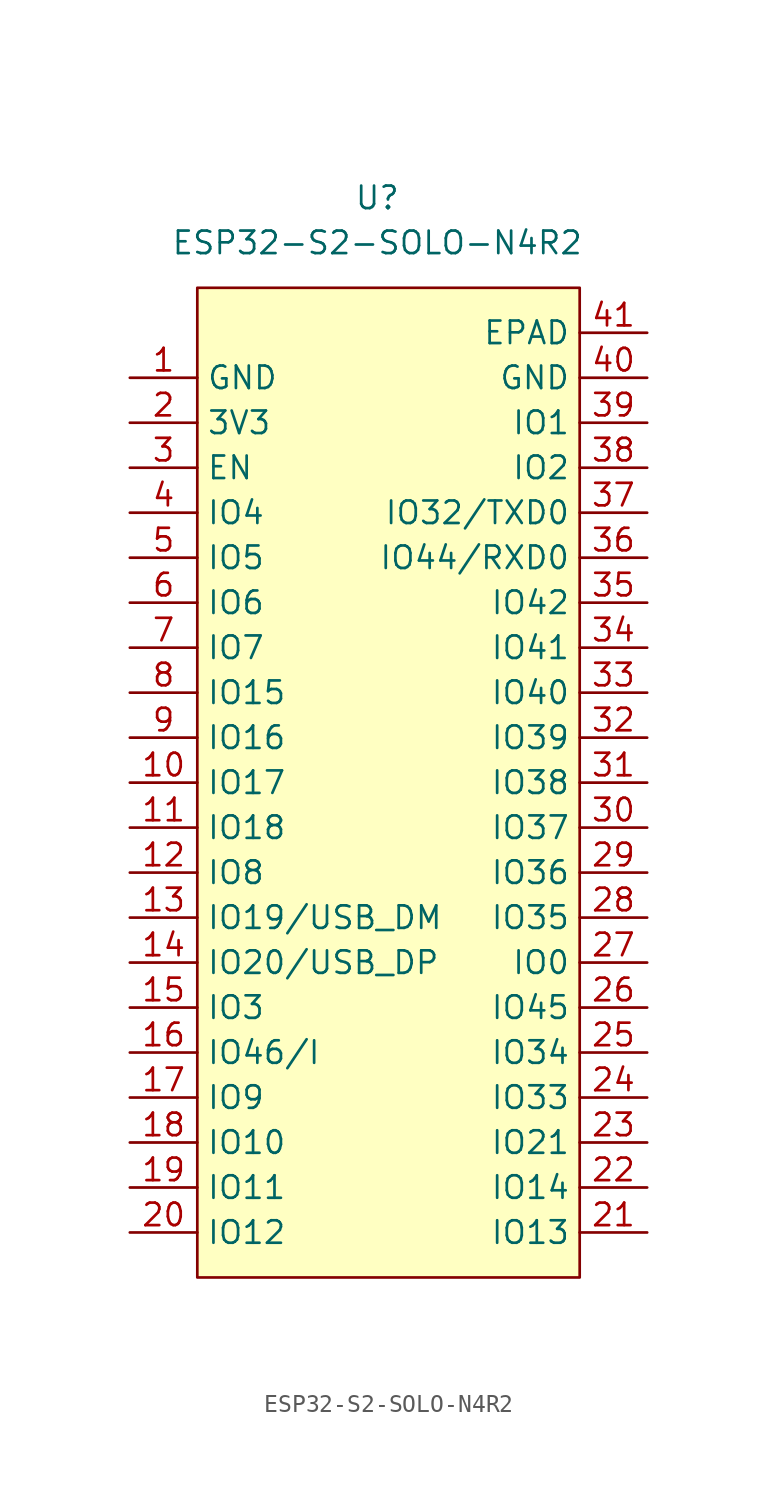
<source format=kicad_sym>
(kicad_symbol_lib
  (version 20211014)
  (generator kicad_symbol_editor)
  (symbol "ESP32-S2-SOLO-N4R2"
    (property "Reference" "U"
      (at 0 5.08 0)
      (effects (font (size 1.27 1.27))))
    (property "Value" "ESP32-S2-SOLO-N4R2"
      (at 0 2.54 0)
      (effects (font (size 1.27 1.27))))
    (symbol "ESP32-S2-SOLO-N4R2_0_1"
      (rectangle (start -10.16 0) (end 11.43 -55.88) (stroke (width 0) (type default) (color 0 0 0 0)) (fill (type background))))
    (symbol "ESP32-S2-SOLO-N4R2_1_1"
      (pin power_in line (at -13.97 -5.08 0) (length 3.81) (name "GND" (effects (font (size 1.27 1.27)))) (number "1" (effects (font (size 1.27 1.27)))))
      (pin bidirectional line (at -13.97 -27.94 0) (length 3.81) (name "IO17" (effects (font (size 1.27 1.27)))) (number "10" (effects (font (size 1.27 1.27)))))
      (pin bidirectional line (at -13.97 -30.48 0) (length 3.81) (name "IO18" (effects (font (size 1.27 1.27)))) (number "11" (effects (font (size 1.27 1.27)))))
      (pin bidirectional line (at -13.97 -33.02 0) (length 3.81) (name "IO8" (effects (font (size 1.27 1.27)))) (number "12" (effects (font (size 1.27 1.27)))))
      (pin bidirectional line (at -13.97 -35.56 0) (length 3.81) (name "IO19/USB_DM" (effects (font (size 1.27 1.27)))) (number "13" (effects (font (size 1.27 1.27)))))
      (pin bidirectional line (at -13.97 -38.1 0) (length 3.81) (name "IO20/USB_DP" (effects (font (size 1.27 1.27)))) (number "14" (effects (font (size 1.27 1.27)))))
      (pin bidirectional line (at -13.97 -40.64 0) (length 3.81) (name "IO3" (effects (font (size 1.27 1.27)))) (number "15" (effects (font (size 1.27 1.27)))))
      (pin input line (at -13.97 -43.18 0) (length 3.81) (name "IO46/I" (effects (font (size 1.27 1.27)))) (number "16" (effects (font (size 1.27 1.27)))))
      (pin bidirectional line (at -13.97 -45.72 0) (length 3.81) (name "IO9" (effects (font (size 1.27 1.27)))) (number "17" (effects (font (size 1.27 1.27)))))
      (pin bidirectional line (at -13.97 -48.26 0) (length 3.81) (name "IO10" (effects (font (size 1.27 1.27)))) (number "18" (effects (font (size 1.27 1.27)))))
      (pin bidirectional line (at -13.97 -50.8 0) (length 3.81) (name "IO11" (effects (font (size 1.27 1.27)))) (number "19" (effects (font (size 1.27 1.27)))))
      (pin power_in line (at -13.97 -7.62 0) (length 3.81) (name "3V3" (effects (font (size 1.27 1.27)))) (number "2" (effects (font (size 1.27 1.27)))))
      (pin bidirectional line (at -13.97 -53.34 0) (length 3.81) (name "IO12" (effects (font (size 1.27 1.27)))) (number "20" (effects (font (size 1.27 1.27)))))
      (pin bidirectional line (at 15.24 -53.34 180) (length 3.81) (name "IO13" (effects (font (size 1.27 1.27)))) (number "21" (effects (font (size 1.27 1.27)))))
      (pin bidirectional line (at 15.24 -50.8 180) (length 3.81) (name "IO14" (effects (font (size 1.27 1.27)))) (number "22" (effects (font (size 1.27 1.27)))))
      (pin bidirectional line (at 15.24 -48.26 180) (length 3.81) (name "IO21" (effects (font (size 1.27 1.27)))) (number "23" (effects (font (size 1.27 1.27)))))
      (pin bidirectional line (at 15.24 -45.72 180) (length 3.81) (name "IO33" (effects (font (size 1.27 1.27)))) (number "24" (effects (font (size 1.27 1.27)))))
      (pin bidirectional line (at 15.24 -43.18 180) (length 3.81) (name "IO34" (effects (font (size 1.27 1.27)))) (number "25" (effects (font (size 1.27 1.27)))))
      (pin bidirectional line (at 15.24 -40.64 180) (length 3.81) (name "IO45" (effects (font (size 1.27 1.27)))) (number "26" (effects (font (size 1.27 1.27)))))
      (pin bidirectional line (at 15.24 -38.1 180) (length 3.81) (name "IO0" (effects (font (size 1.27 1.27)))) (number "27" (effects (font (size 1.27 1.27)))))
      (pin bidirectional line (at 15.24 -35.56 180) (length 3.81) (name "IO35" (effects (font (size 1.27 1.27)))) (number "28" (effects (font (size 1.27 1.27)))))
      (pin bidirectional line (at 15.24 -33.02 180) (length 3.81) (name "IO36" (effects (font (size 1.27 1.27)))) (number "29" (effects (font (size 1.27 1.27)))))
      (pin input line (at -13.97 -10.16 0) (length 3.81) (name "EN" (effects (font (size 1.27 1.27)))) (number "3" (effects (font (size 1.27 1.27)))))
      (pin bidirectional line (at 15.24 -30.48 180) (length 3.81) (name "IO37" (effects (font (size 1.27 1.27)))) (number "30" (effects (font (size 1.27 1.27)))))
      (pin bidirectional line (at 15.24 -27.94 180) (length 3.81) (name "IO38" (effects (font (size 1.27 1.27)))) (number "31" (effects (font (size 1.27 1.27)))))
      (pin bidirectional line (at 15.24 -25.4 180) (length 3.81) (name "IO39" (effects (font (size 1.27 1.27)))) (number "32" (effects (font (size 1.27 1.27)))))
      (pin bidirectional line (at 15.24 -22.86 180) (length 3.81) (name "IO40" (effects (font (size 1.27 1.27)))) (number "33" (effects (font (size 1.27 1.27)))))
      (pin bidirectional line (at 15.24 -20.32 180) (length 3.81) (name "IO41" (effects (font (size 1.27 1.27)))) (number "34" (effects (font (size 1.27 1.27)))))
      (pin bidirectional line (at 15.24 -17.78 180) (length 3.81) (name "IO42" (effects (font (size 1.27 1.27)))) (number "35" (effects (font (size 1.27 1.27)))))
      (pin bidirectional line (at 15.24 -15.24 180) (length 3.81) (name "IO44/RXD0" (effects (font (size 1.27 1.27)))) (number "36" (effects (font (size 1.27 1.27)))))
      (pin bidirectional line (at 15.24 -12.7 180) (length 3.81) (name "IO32/TXD0" (effects (font (size 1.27 1.27)))) (number "37" (effects (font (size 1.27 1.27)))))
      (pin bidirectional line (at 15.24 -10.16 180) (length 3.81) (name "IO2" (effects (font (size 1.27 1.27)))) (number "38" (effects (font (size 1.27 1.27)))))
      (pin bidirectional line (at 15.24 -7.62 180) (length 3.81) (name "IO1" (effects (font (size 1.27 1.27)))) (number "39" (effects (font (size 1.27 1.27)))))
      (pin bidirectional line (at -13.97 -12.7 0) (length 3.81) (name "IO4" (effects (font (size 1.27 1.27)))) (number "4" (effects (font (size 1.27 1.27)))))
      (pin power_in line (at 15.24 -5.08 180) (length 3.81) (name "GND" (effects (font (size 1.27 1.27)))) (number "40" (effects (font (size 1.27 1.27)))))
      (pin power_in line (at 15.24 -2.54 180) (length 3.81) (name "EPAD" (effects (font (size 1.27 1.27)))) (number "41" (effects (font (size 1.27 1.27)))))
      (pin bidirectional line (at -13.97 -15.24 0) (length 3.81) (name "IO5" (effects (font (size 1.27 1.27)))) (number "5" (effects (font (size 1.27 1.27)))))
      (pin bidirectional line (at -13.97 -17.78 0) (length 3.81) (name "IO6" (effects (font (size 1.27 1.27)))) (number "6" (effects (font (size 1.27 1.27)))))
      (pin bidirectional line (at -13.97 -20.32 0) (length 3.81) (name "IO7" (effects (font (size 1.27 1.27)))) (number "7" (effects (font (size 1.27 1.27)))))
      (pin bidirectional line (at -13.97 -22.86 0) (length 3.81) (name "IO15" (effects (font (size 1.27 1.27)))) (number "8" (effects (font (size 1.27 1.27)))))
      (pin bidirectional line (at -13.97 -25.4 0) (length 3.81) (name "IO16" (effects (font (size 1.27 1.27)))) (number "9" (effects (font (size 1.27 1.27))))))))
</source>
